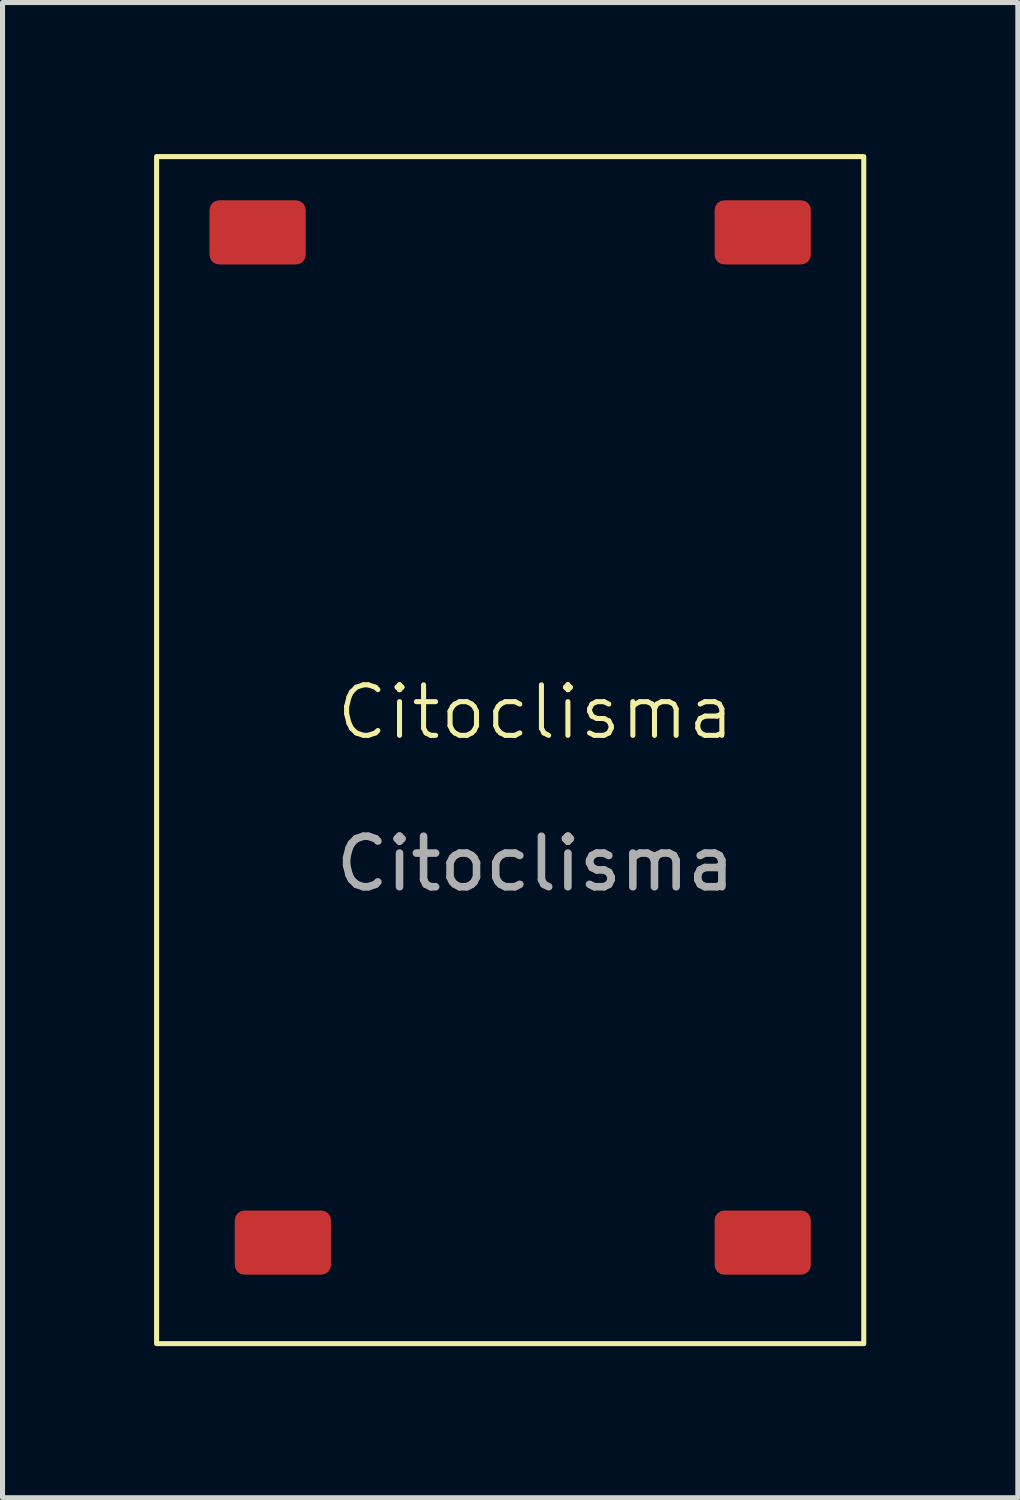
<source format=kicad_pcb>
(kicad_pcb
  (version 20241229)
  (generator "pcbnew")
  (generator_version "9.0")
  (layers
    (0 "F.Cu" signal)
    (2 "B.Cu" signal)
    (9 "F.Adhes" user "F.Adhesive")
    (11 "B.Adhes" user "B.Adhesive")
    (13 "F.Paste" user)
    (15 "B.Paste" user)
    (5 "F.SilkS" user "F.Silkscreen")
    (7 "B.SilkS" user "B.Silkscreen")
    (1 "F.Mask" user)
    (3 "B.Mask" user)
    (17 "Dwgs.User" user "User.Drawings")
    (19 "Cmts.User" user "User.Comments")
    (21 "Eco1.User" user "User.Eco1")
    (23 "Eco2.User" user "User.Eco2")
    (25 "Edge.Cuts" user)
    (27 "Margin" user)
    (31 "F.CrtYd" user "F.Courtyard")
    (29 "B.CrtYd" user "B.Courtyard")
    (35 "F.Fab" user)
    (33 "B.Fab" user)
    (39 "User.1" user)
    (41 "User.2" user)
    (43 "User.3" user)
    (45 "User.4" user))
  (footprint "Citoclisma"
    (layer "F.Cu")
    (at 7.55 11.55)
    (property "Reference" "Citoclisma" (at 0 -0.5 0) (unlocked yes) (layer "F.SilkS") (effects (font (size 1 1) (thickness 0.1))))
    (attr smd)
    (fp_rect (start -7.5 -11.5) (end 6.5 12) (stroke (width 0.1) (type default)) (fill no) (layer "F.SilkS"))
    (fp_text user "${REFERENCE}" (at 0 2.5 0) (unlocked yes) (layer "F.Fab") (effects (font (size 1 1) (thickness 0.15))))
    (pad "1" smd roundrect (at -5.5 -10) (size 1.905 1.27) (layers "F.Cu" "F.Mask" "F.Paste") (roundrect_rratio 0.15))
    (pad "2" smd roundrect (at 4.5 -10) (size 1.905 1.27) (layers "F.Cu" "F.Mask" "F.Paste") (roundrect_rratio 0.15))
    (pad "3" smd roundrect (at 4.5 10) (size 1.905 1.27) (layers "F.Cu" "F.Mask" "F.Paste") (roundrect_rratio 0.15))
    (pad "4" smd roundrect (at -5 10) (size 1.905 1.27) (layers "F.Cu" "F.Mask" "F.Paste") (roundrect_rratio 0.15)))
  (gr_rect
    (start -3 -3)
    (end 17.1 26.6)
    (stroke (width 0.1) (type default))
    (fill no)
    (layer "Edge.Cuts")))
</source>
